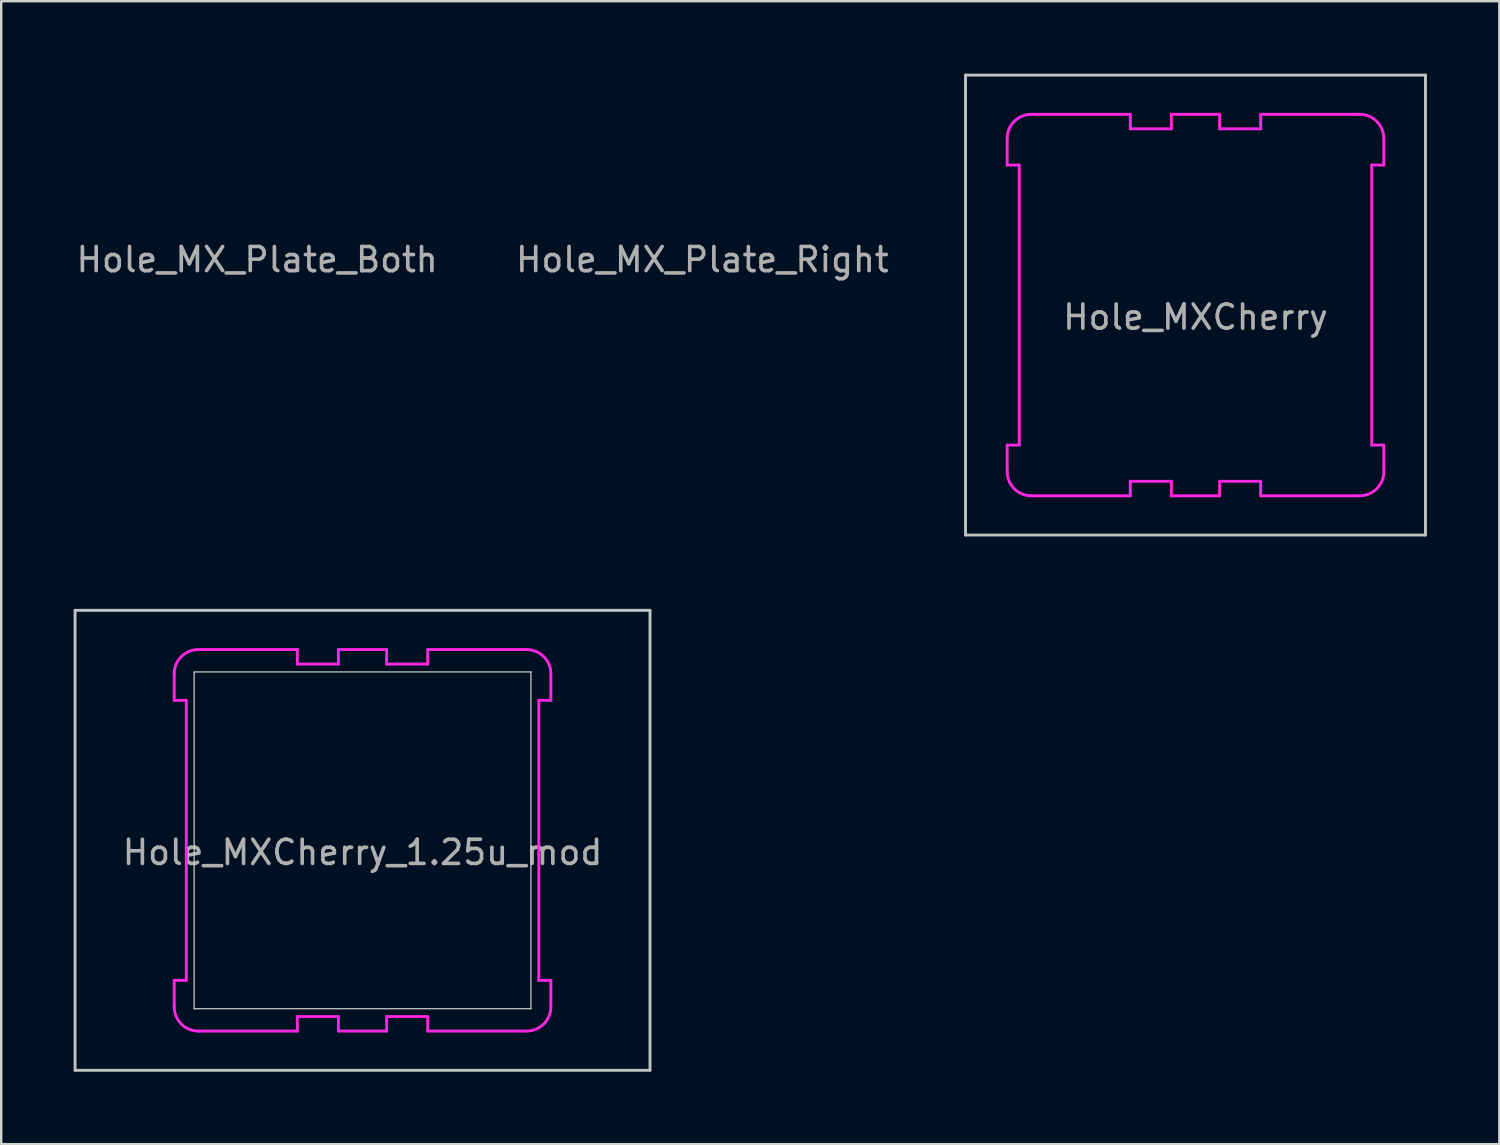
<source format=kicad_pcb>
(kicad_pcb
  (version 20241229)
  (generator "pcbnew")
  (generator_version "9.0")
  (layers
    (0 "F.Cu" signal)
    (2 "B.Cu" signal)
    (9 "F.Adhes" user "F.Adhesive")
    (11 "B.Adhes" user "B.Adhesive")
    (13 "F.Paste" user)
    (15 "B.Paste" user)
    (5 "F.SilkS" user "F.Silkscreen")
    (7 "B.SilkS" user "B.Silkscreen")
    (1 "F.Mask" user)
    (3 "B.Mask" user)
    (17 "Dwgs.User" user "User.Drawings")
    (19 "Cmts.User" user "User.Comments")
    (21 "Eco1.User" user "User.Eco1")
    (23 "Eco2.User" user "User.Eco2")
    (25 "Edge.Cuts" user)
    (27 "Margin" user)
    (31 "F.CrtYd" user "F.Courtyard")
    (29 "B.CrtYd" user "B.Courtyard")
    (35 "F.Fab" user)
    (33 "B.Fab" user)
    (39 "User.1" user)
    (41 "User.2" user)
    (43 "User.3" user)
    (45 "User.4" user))
  (footprint "Hole_MX_Plate_Right"
    (layer "F.Cu")
    (at 26.042 7.204)
    (property "Reference" "Hole_MX_Plate_Right" (at 0 0.5 0) (layer "F.Fab") (effects (font (size 1 1) (thickness 0.15))))
    (attr through_hole)
    (fp_line (start -7.144 -7.144) (end 7.144 -7.144) (stroke (width 0.12) (type solid)) (layer "Eco2.User"))
    (fp_line (start -7.144 7.144) (end -7.144 -7.144) (stroke (width 0.12) (type solid)) (layer "Eco2.User"))
    (fp_line (start 7.144 -7.144) (end 7.144 7.144) (stroke (width 0.12) (type solid)) (layer "Eco2.User"))
    (fp_line (start 7.144 7.144) (end -7.144 7.144) (stroke (width 0.12) (type solid)) (layer "Eco2.User")))
  (footprint "Hole_MX_Plate_Both"
    (layer "F.Cu")
    (at 7.601 7.204)
    (property "Reference" "Hole_MX_Plate_Both" (at 0 0.5 0) (layer "F.Fab") (effects (font (size 1 1) (thickness 0.15))))
    (attr through_hole)
    (fp_line (start -7.144 -7.144) (end 7.144 -7.144) (stroke (width 0.12) (type solid)) (layer "Eco1.User"))
    (fp_line (start -7.144 7.144) (end -7.144 -7.144) (stroke (width 0.12) (type solid)) (layer "Eco1.User"))
    (fp_line (start 7.144 -7.144) (end 7.144 7.144) (stroke (width 0.12) (type solid)) (layer "Eco1.User"))
    (fp_line (start 7.144 7.144) (end -7.144 7.144) (stroke (width 0.12) (type solid)) (layer "Eco1.User"))
    (fp_line (start -7.144 -7.144) (end 7.144 -7.144) (stroke (width 0.12) (type solid)) (layer "Eco2.User"))
    (fp_line (start -7.144 7.144) (end -7.144 -7.144) (stroke (width 0.12) (type solid)) (layer "Eco2.User"))
    (fp_line (start 7.144 -7.144) (end 7.144 7.144) (stroke (width 0.12) (type solid)) (layer "Eco2.User"))
    (fp_line (start 7.144 7.144) (end -7.144 7.144) (stroke (width 0.12) (type solid)) (layer "Eco2.User")))
  (footprint "Hole_MXCherry"
    (layer "F.Cu")
    (at 46.466 9.585)
    (property "Reference" "Hole_MXCherry" (at 0 0.5 0) (layer "F.Fab") (effects (font (size 1 1) (thickness 0.15))))
    (attr through_hole)
    (fp_line (start -9.525 -9.525) (end 9.525 -9.525) (stroke (width 0.12) (type solid)) (layer "Dwgs.User"))
    (fp_line (start -9.525 9.525) (end -9.525 -9.525) (stroke (width 0.12) (type solid)) (layer "Dwgs.User"))
    (fp_line (start -9.525 9.525) (end 9.525 9.525) (stroke (width 0.12) (type solid)) (layer "Dwgs.User"))
    (fp_line (start 9.525 9.525) (end 9.525 -9.525) (stroke (width 0.12) (type solid)) (layer "Dwgs.User"))
    (fp_line (start -6.975 -6.975) (end -6.975 6.975) (stroke (width 0.05) (type solid)) (layer "Eco1.User"))
    (fp_line (start -6.975 -6.975) (end 6.975 -6.975) (stroke (width 0.05) (type solid)) (layer "Eco1.User"))
    (fp_line (start -6.975 6.975) (end 6.975 6.975) (stroke (width 0.05) (type solid)) (layer "Eco1.User"))
    (fp_line (start 6.975 -6.975) (end 6.975 6.975) (stroke (width 0.05) (type solid)) (layer "Eco1.User"))
    (fp_line (start -7.8 -6.9) (end -7.8 -5.8) (stroke (width 0.12) (type solid)) (layer "F.CrtYd"))
    (fp_line (start -7.8 -5.8) (end -7.3 -5.8) (stroke (width 0.12) (type solid)) (layer "F.CrtYd"))
    (fp_line (start -7.8 5.8) (end -7.3 5.8) (stroke (width 0.12) (type solid)) (layer "F.CrtYd"))
    (fp_line (start -7.8 6.9) (end -7.8 5.8) (stroke (width 0.12) (type solid)) (layer "F.CrtYd"))
    (fp_line (start -7.3 -5.8) (end -7.3 5.8) (stroke (width 0.12) (type solid)) (layer "F.CrtYd"))
    (fp_line (start -6.8 -7.9) (end -2.7 -7.9) (stroke (width 0.12) (type solid)) (layer "F.CrtYd"))
    (fp_line (start -6.8 7.9) (end -2.7 7.9) (stroke (width 0.12) (type solid)) (layer "F.CrtYd"))
    (fp_line (start -2.7 -7.9) (end -2.7 -7.3) (stroke (width 0.12) (type solid)) (layer "F.CrtYd"))
    (fp_line (start -2.7 7.3) (end -1 7.3) (stroke (width 0.12) (type solid)) (layer "F.CrtYd"))
    (fp_line (start -2.7 7.9) (end -2.7 7.3) (stroke (width 0.12) (type solid)) (layer "F.CrtYd"))
    (fp_line (start -1 -7.9) (end -1 -7.3) (stroke (width 0.12) (type solid)) (layer "F.CrtYd"))
    (fp_line (start -1 -7.9) (end 1 -7.9) (stroke (width 0.12) (type solid)) (layer "F.CrtYd"))
    (fp_line (start -1 -7.3) (end -2.7 -7.3) (stroke (width 0.12) (type solid)) (layer "F.CrtYd"))
    (fp_line (start -1 7.3) (end -1 7.9) (stroke (width 0.12) (type solid)) (layer "F.CrtYd"))
    (fp_line (start -1 7.9) (end 1 7.9) (stroke (width 0.12) (type solid)) (layer "F.CrtYd"))
    (fp_line (start 1 -7.9) (end 1 -7.3) (stroke (width 0.12) (type solid)) (layer "F.CrtYd"))
    (fp_line (start 1 -7.3) (end 2.7 -7.3) (stroke (width 0.12) (type solid)) (layer "F.CrtYd"))
    (fp_line (start 1 7.3) (end 2.7 7.3) (stroke (width 0.12) (type solid)) (layer "F.CrtYd"))
    (fp_line (start 1 7.9) (end 1 7.3) (stroke (width 0.12) (type solid)) (layer "F.CrtYd"))
    (fp_line (start 2.7 -7.9) (end 2.7 -7.3) (stroke (width 0.12) (type solid)) (layer "F.CrtYd"))
    (fp_line (start 2.7 7.9) (end 2.7 7.3) (stroke (width 0.12) (type solid)) (layer "F.CrtYd"))
    (fp_line (start 6.8 -7.9) (end 2.7 -7.9) (stroke (width 0.12) (type solid)) (layer "F.CrtYd"))
    (fp_line (start 6.8 7.9) (end 2.7 7.9) (stroke (width 0.12) (type solid)) (layer "F.CrtYd"))
    (fp_line (start 7.3 5.8) (end 7.3 -5.8) (stroke (width 0.12) (type solid)) (layer "F.CrtYd"))
    (fp_line (start 7.8 -6.9) (end 7.8 -5.8) (stroke (width 0.12) (type solid)) (layer "F.CrtYd"))
    (fp_line (start 7.8 -5.8) (end 7.3 -5.8) (stroke (width 0.12) (type solid)) (layer "F.CrtYd"))
    (fp_line (start 7.8 5.8) (end 7.3 5.8) (stroke (width 0.12) (type solid)) (layer "F.CrtYd"))
    (fp_line (start 7.8 6.9) (end 7.8 5.8) (stroke (width 0.12) (type solid)) (layer "F.CrtYd"))
    (fp_arc (start -7.8 -6.9) (mid -7.507107 -7.607107) (end -6.8 -7.9) (stroke (width 0.12) (type solid)) (layer "F.CrtYd"))
    (fp_arc (start -6.8 7.9) (mid -7.507107 7.607107) (end -7.8 6.9) (stroke (width 0.12) (type solid)) (layer "F.CrtYd"))
    (fp_arc (start 6.8 -7.9) (mid 7.507107 -7.607107) (end 7.8 -6.9) (stroke (width 0.12) (type solid)) (layer "F.CrtYd"))
    (fp_arc (start 7.8 6.9) (mid 7.507107 7.607107) (end 6.8 7.9) (stroke (width 0.12) (type solid)) (layer "F.CrtYd")))
  (footprint "Hole_MXCherry_1.25u_mod"
    (layer "F.Cu")
    (at 11.966 31.755)
    (property "Reference" "Hole_MXCherry_1.25u_mod" (at 0 0.5 0) (layer "F.Fab") (effects (font (size 1 1) (thickness 0.15))))
    (attr through_hole)
    (fp_line (start -11.906 -9.525) (end 11.906 -9.525) (stroke (width 0.12) (type solid)) (layer "Dwgs.User"))
    (fp_line (start -11.906 9.525) (end -11.906 -9.525) (stroke (width 0.12) (type solid)) (layer "Dwgs.User"))
    (fp_line (start -11.906 9.525) (end 11.906 9.525) (stroke (width 0.12) (type solid)) (layer "Dwgs.User"))
    (fp_line (start 11.906 9.525) (end 11.906 -9.525) (stroke (width 0.12) (type solid)) (layer "Dwgs.User"))
    (fp_line (start -6.975 -6.975) (end -6.975 6.975) (stroke (width 0.05) (type solid)) (layer "Edge.Cuts"))
    (fp_line (start -6.975 -6.975) (end 6.975 -6.975) (stroke (width 0.05) (type solid)) (layer "Edge.Cuts"))
    (fp_line (start -6.975 6.975) (end 6.975 6.975) (stroke (width 0.05) (type solid)) (layer "Edge.Cuts"))
    (fp_line (start 6.975 -6.975) (end 6.975 6.975) (stroke (width 0.05) (type solid)) (layer "Edge.Cuts"))
    (fp_line (start -7.8 -6.9) (end -7.8 -5.8) (stroke (width 0.12) (type solid)) (layer "F.CrtYd"))
    (fp_line (start -7.8 -5.8) (end -7.3 -5.8) (stroke (width 0.12) (type solid)) (layer "F.CrtYd"))
    (fp_line (start -7.8 5.8) (end -7.3 5.8) (stroke (width 0.12) (type solid)) (layer "F.CrtYd"))
    (fp_line (start -7.8 6.9) (end -7.8 5.8) (stroke (width 0.12) (type solid)) (layer "F.CrtYd"))
    (fp_line (start -7.3 -5.8) (end -7.3 5.8) (stroke (width 0.12) (type solid)) (layer "F.CrtYd"))
    (fp_line (start -6.8 -7.9) (end -2.7 -7.9) (stroke (width 0.12) (type solid)) (layer "F.CrtYd"))
    (fp_line (start -6.8 7.9) (end -2.7 7.9) (stroke (width 0.12) (type solid)) (layer "F.CrtYd"))
    (fp_line (start -2.7 -7.9) (end -2.7 -7.3) (stroke (width 0.12) (type solid)) (layer "F.CrtYd"))
    (fp_line (start -2.7 7.3) (end -1 7.3) (stroke (width 0.12) (type solid)) (layer "F.CrtYd"))
    (fp_line (start -2.7 7.9) (end -2.7 7.3) (stroke (width 0.12) (type solid)) (layer "F.CrtYd"))
    (fp_line (start -1 -7.9) (end -1 -7.3) (stroke (width 0.12) (type solid)) (layer "F.CrtYd"))
    (fp_line (start -1 -7.9) (end 1 -7.9) (stroke (width 0.12) (type solid)) (layer "F.CrtYd"))
    (fp_line (start -1 -7.3) (end -2.7 -7.3) (stroke (width 0.12) (type solid)) (layer "F.CrtYd"))
    (fp_line (start -1 7.3) (end -1 7.9) (stroke (width 0.12) (type solid)) (layer "F.CrtYd"))
    (fp_line (start -1 7.9) (end 1 7.9) (stroke (width 0.12) (type solid)) (layer "F.CrtYd"))
    (fp_line (start 1 -7.9) (end 1 -7.3) (stroke (width 0.12) (type solid)) (layer "F.CrtYd"))
    (fp_line (start 1 -7.3) (end 2.7 -7.3) (stroke (width 0.12) (type solid)) (layer "F.CrtYd"))
    (fp_line (start 1 7.3) (end 2.7 7.3) (stroke (width 0.12) (type solid)) (layer "F.CrtYd"))
    (fp_line (start 1 7.9) (end 1 7.3) (stroke (width 0.12) (type solid)) (layer "F.CrtYd"))
    (fp_line (start 2.7 -7.9) (end 2.7 -7.3) (stroke (width 0.12) (type solid)) (layer "F.CrtYd"))
    (fp_line (start 2.7 7.9) (end 2.7 7.3) (stroke (width 0.12) (type solid)) (layer "F.CrtYd"))
    (fp_line (start 6.8 -7.9) (end 2.7 -7.9) (stroke (width 0.12) (type solid)) (layer "F.CrtYd"))
    (fp_line (start 6.8 7.9) (end 2.7 7.9) (stroke (width 0.12) (type solid)) (layer "F.CrtYd"))
    (fp_line (start 7.3 5.8) (end 7.3 -5.8) (stroke (width 0.12) (type solid)) (layer "F.CrtYd"))
    (fp_line (start 7.8 -6.9) (end 7.8 -5.8) (stroke (width 0.12) (type solid)) (layer "F.CrtYd"))
    (fp_line (start 7.8 -5.8) (end 7.3 -5.8) (stroke (width 0.12) (type solid)) (layer "F.CrtYd"))
    (fp_line (start 7.8 5.8) (end 7.3 5.8) (stroke (width 0.12) (type solid)) (layer "F.CrtYd"))
    (fp_line (start 7.8 6.9) (end 7.8 5.8) (stroke (width 0.12) (type solid)) (layer "F.CrtYd"))
    (fp_arc (start -7.8 -6.9) (mid -7.507107 -7.607107) (end -6.8 -7.9) (stroke (width 0.12) (type solid)) (layer "F.CrtYd"))
    (fp_arc (start -6.8 7.9) (mid -7.507107 7.607107) (end -7.8 6.9) (stroke (width 0.12) (type solid)) (layer "F.CrtYd"))
    (fp_arc (start 6.8 -7.9) (mid 7.507107 -7.607107) (end 7.8 -6.9) (stroke (width 0.12) (type solid)) (layer "F.CrtYd"))
    (fp_arc (start 7.8 6.9) (mid 7.507107 7.607107) (end 6.8 7.9) (stroke (width 0.12) (type solid)) (layer "F.CrtYd")))
  (gr_rect
    (start -3 -3)
    (end 59.051 44.34)
    (stroke (width 0.1) (type default))
    (fill no)
    (layer "Edge.Cuts")))
</source>
